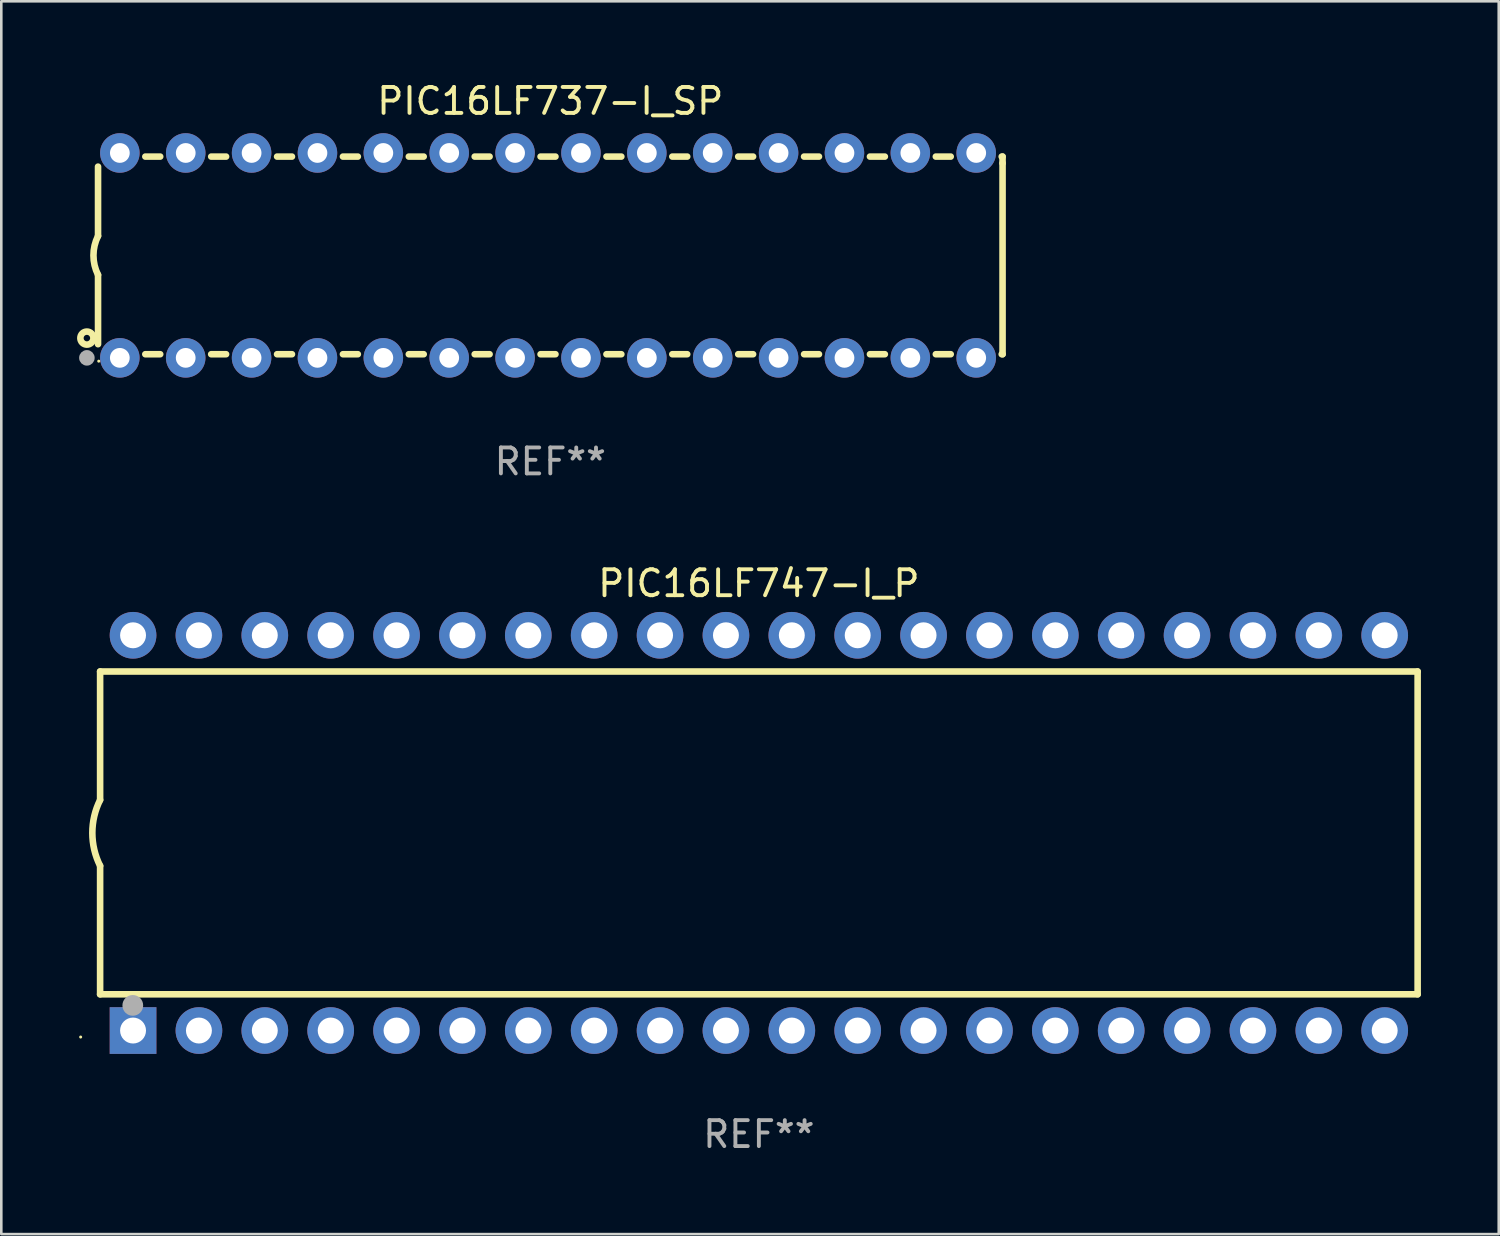
<source format=kicad_pcb>
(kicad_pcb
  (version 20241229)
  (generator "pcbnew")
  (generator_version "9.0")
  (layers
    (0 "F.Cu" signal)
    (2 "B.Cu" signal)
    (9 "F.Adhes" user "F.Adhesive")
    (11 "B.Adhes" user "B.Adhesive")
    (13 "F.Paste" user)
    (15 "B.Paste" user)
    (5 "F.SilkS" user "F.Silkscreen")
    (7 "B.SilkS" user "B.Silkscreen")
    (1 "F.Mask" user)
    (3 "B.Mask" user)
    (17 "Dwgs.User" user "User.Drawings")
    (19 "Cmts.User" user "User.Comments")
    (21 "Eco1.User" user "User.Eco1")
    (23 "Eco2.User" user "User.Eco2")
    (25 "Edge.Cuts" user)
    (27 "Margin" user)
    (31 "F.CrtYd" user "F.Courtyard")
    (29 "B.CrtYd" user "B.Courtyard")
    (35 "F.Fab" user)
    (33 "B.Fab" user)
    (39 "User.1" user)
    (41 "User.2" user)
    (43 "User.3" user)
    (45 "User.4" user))
  (footprint "PIC16LF747-I_P"
    (layer "F.Cu")
    (at 26.21 29.065)
    (property "Reference" "PIC16LF747-I_P" (at 0 -9.62 0) (layer "F.SilkS") (effects (font (size 1 1) (thickness 0.15))))
    (attr through_hole)
    (fp_line (start -25.4 -6.224) (end -25.4 -1.271) (stroke (width 0.254) (type solid)) (layer "F.SilkS"))
    (fp_line (start -25.4 -6.224) (end 25.4 -6.224) (stroke (width 0.254) (type solid)) (layer "F.SilkS"))
    (fp_line (start -25.4 1.269) (end -25.4 6.222) (stroke (width 0.254) (type solid)) (layer "F.SilkS"))
    (fp_line (start -25.4 6.222) (end 25.4 6.222) (stroke (width 0.254) (type solid)) (layer "F.SilkS"))
    (fp_line (start 25.4 6.222) (end 25.4 -6.224) (stroke (width 0.254) (type solid)) (layer "F.SilkS"))
    (fp_arc (start -25.4 1.269241) (mid -25.699807 -0.000762) (end -25.4 -1.270765) (stroke (width 0.254001) (type solid)) (layer "F.SilkS"))
    (fp_circle (center -26.15 7.87) (end -26.12 7.87) (stroke (width 0.06) (type solid)) (fill no) (layer "F.SilkS"))
    (fp_circle (center -24.14 6.65) (end -23.94 6.65) (stroke (width 0.4) (type solid)) (fill no) (layer "F.Fab"))
    (fp_text user "REF**" (at 0 11.62 0) (layer "F.Fab") (effects (font (size 1 1) (thickness 0.15))))
    (pad "1" thru_hole rect (at -24.13 7.62 90) (size 1.8 1.8) (drill 1) (layers "*.Cu" "*.Mask"))
    (pad "2" thru_hole circle (at -21.59 7.62) (size 1.8 1.8) (drill 1) (layers "*.Cu" "*.Mask"))
    (pad "3" thru_hole circle (at -19.05 7.62) (size 1.8 1.8) (drill 1) (layers "*.Cu" "*.Mask"))
    (pad "4" thru_hole circle (at -16.51 7.62) (size 1.8 1.8) (drill 1) (layers "*.Cu" "*.Mask"))
    (pad "5" thru_hole circle (at -13.97 7.62) (size 1.8 1.8) (drill 1) (layers "*.Cu" "*.Mask"))
    (pad "6" thru_hole circle (at -11.43 7.62) (size 1.8 1.8) (drill 1) (layers "*.Cu" "*.Mask"))
    (pad "7" thru_hole circle (at -8.89 7.62) (size 1.8 1.8) (drill 1) (layers "*.Cu" "*.Mask"))
    (pad "8" thru_hole circle (at -6.35 7.62) (size 1.8 1.8) (drill 1) (layers "*.Cu" "*.Mask"))
    (pad "9" thru_hole circle (at -3.81 7.62) (size 1.8 1.8) (drill 1) (layers "*.Cu" "*.Mask"))
    (pad "10" thru_hole circle (at -1.27 7.62) (size 1.8 1.8) (drill 1) (layers "*.Cu" "*.Mask"))
    (pad "11" thru_hole circle (at 1.27 7.62) (size 1.8 1.8) (drill 1) (layers "*.Cu" "*.Mask"))
    (pad "12" thru_hole circle (at 3.81 7.62) (size 1.8 1.8) (drill 1) (layers "*.Cu" "*.Mask"))
    (pad "13" thru_hole circle (at 6.35 7.62) (size 1.8 1.8) (drill 1) (layers "*.Cu" "*.Mask"))
    (pad "14" thru_hole circle (at 8.89 7.62) (size 1.8 1.8) (drill 1) (layers "*.Cu" "*.Mask"))
    (pad "15" thru_hole circle (at 11.43 7.62) (size 1.8 1.8) (drill 1) (layers "*.Cu" "*.Mask"))
    (pad "16" thru_hole circle (at 13.97 7.62) (size 1.8 1.8) (drill 1) (layers "*.Cu" "*.Mask"))
    (pad "17" thru_hole circle (at 16.51 7.62) (size 1.8 1.8) (drill 1) (layers "*.Cu" "*.Mask"))
    (pad "18" thru_hole circle (at 19.05 7.62) (size 1.8 1.8) (drill 1) (layers "*.Cu" "*.Mask"))
    (pad "19" thru_hole circle (at 21.59 7.62) (size 1.8 1.8) (drill 1) (layers "*.Cu" "*.Mask"))
    (pad "20" thru_hole circle (at 24.13 7.62) (size 1.8 1.8) (drill 1) (layers "*.Cu" "*.Mask"))
    (pad "21" thru_hole circle (at 24.13 -7.62) (size 1.8 1.8) (drill 1) (layers "*.Cu" "*.Mask"))
    (pad "22" thru_hole circle (at 21.59 -7.62) (size 1.8 1.8) (drill 1) (layers "*.Cu" "*.Mask"))
    (pad "23" thru_hole circle (at 19.05 -7.62) (size 1.8 1.8) (drill 1) (layers "*.Cu" "*.Mask"))
    (pad "24" thru_hole circle (at 16.51 -7.62) (size 1.8 1.8) (drill 1) (layers "*.Cu" "*.Mask"))
    (pad "25" thru_hole circle (at 13.97 -7.62) (size 1.8 1.8) (drill 1) (layers "*.Cu" "*.Mask"))
    (pad "26" thru_hole circle (at 11.43 -7.62) (size 1.8 1.8) (drill 1) (layers "*.Cu" "*.Mask"))
    (pad "27" thru_hole circle (at 8.89 -7.62) (size 1.8 1.8) (drill 1) (layers "*.Cu" "*.Mask"))
    (pad "28" thru_hole circle (at 6.35 -7.62) (size 1.8 1.8) (drill 1) (layers "*.Cu" "*.Mask"))
    (pad "29" thru_hole circle (at 3.81 -7.62) (size 1.8 1.8) (drill 1) (layers "*.Cu" "*.Mask"))
    (pad "30" thru_hole circle (at 1.27 -7.62) (size 1.8 1.8) (drill 1) (layers "*.Cu" "*.Mask"))
    (pad "31" thru_hole circle (at -1.27 -7.62) (size 1.8 1.8) (drill 1) (layers "*.Cu" "*.Mask"))
    (pad "32" thru_hole circle (at -3.81 -7.62) (size 1.8 1.8) (drill 1) (layers "*.Cu" "*.Mask"))
    (pad "33" thru_hole circle (at -6.35 -7.62) (size 1.8 1.8) (drill 1) (layers "*.Cu" "*.Mask"))
    (pad "34" thru_hole circle (at -8.89 -7.62) (size 1.8 1.8) (drill 1) (layers "*.Cu" "*.Mask"))
    (pad "35" thru_hole circle (at -11.43 -7.62) (size 1.8 1.8) (drill 1) (layers "*.Cu" "*.Mask"))
    (pad "36" thru_hole circle (at -13.97 -7.62) (size 1.8 1.8) (drill 1) (layers "*.Cu" "*.Mask"))
    (pad "37" thru_hole circle (at -16.51 -7.62) (size 1.8 1.8) (drill 1) (layers "*.Cu" "*.Mask"))
    (pad "38" thru_hole circle (at -19.05 -7.62) (size 1.8 1.8) (drill 1) (layers "*.Cu" "*.Mask"))
    (pad "39" thru_hole circle (at -21.59 -7.62) (size 1.8 1.8) (drill 1) (layers "*.Cu" "*.Mask"))
    (pad "40" thru_hole circle (at -24.13 -7.62) (size 1.8 1.8) (drill 1) (layers "*.Cu" "*.Mask")))
  (footprint "PIC16LF737-I_SP"
    (layer "F.Cu")
    (at 18.168 6.798)
    (property "Reference" "PIC16LF737-I_SP" (at 0 -5.95 0) (layer "F.SilkS") (effects (font (size 1 1) (thickness 0.15))))
    (attr through_hole)
    (fp_line (start -17.438 0.75) (end -17.438 3.423) (stroke (width 0.254) (type solid)) (layer "F.SilkS"))
    (fp_line (start -17.438 -3.423) (end -17.438 -0.75) (stroke (width 0.254) (type solid)) (layer "F.SilkS"))
    (fp_line (start -15.615 3.81) (end -15.041 3.81) (stroke (width 0.254) (type solid)) (layer "F.SilkS"))
    (fp_line (start -15.041 -3.81) (end -15.614 -3.81) (stroke (width 0.254) (type solid)) (layer "F.SilkS"))
    (fp_line (start -13.075 3.81) (end -12.501 3.81) (stroke (width 0.254) (type solid)) (layer "F.SilkS"))
    (fp_line (start -12.501 -3.81) (end -13.074 -3.81) (stroke (width 0.254) (type solid)) (layer "F.SilkS"))
    (fp_line (start -10.535 3.81) (end -9.961 3.81) (stroke (width 0.254) (type solid)) (layer "F.SilkS"))
    (fp_line (start -9.961 -3.81) (end -10.534 -3.81) (stroke (width 0.254) (type solid)) (layer "F.SilkS"))
    (fp_line (start -7.995 3.81) (end -7.421 3.81) (stroke (width 0.254) (type solid)) (layer "F.SilkS"))
    (fp_line (start -7.421 -3.81) (end -7.995 -3.81) (stroke (width 0.254) (type solid)) (layer "F.SilkS"))
    (fp_line (start -5.455 3.81) (end -4.881 3.81) (stroke (width 0.254) (type solid)) (layer "F.SilkS"))
    (fp_line (start -4.881 -3.81) (end -5.455 -3.81) (stroke (width 0.254) (type solid)) (layer "F.SilkS"))
    (fp_line (start -2.915 3.81) (end -2.341 3.81) (stroke (width 0.254) (type solid)) (layer "F.SilkS"))
    (fp_line (start -2.341 -3.81) (end -2.915 -3.81) (stroke (width 0.254) (type solid)) (layer "F.SilkS"))
    (fp_line (start -0.375 3.81) (end 0.199 3.81) (stroke (width 0.254) (type solid)) (layer "F.SilkS"))
    (fp_line (start 0.199 -3.81) (end -0.375 -3.81) (stroke (width 0.254) (type solid)) (layer "F.SilkS"))
    (fp_line (start 2.165 3.81) (end 2.739 3.81) (stroke (width 0.254) (type solid)) (layer "F.SilkS"))
    (fp_line (start 2.739 -3.81) (end 2.165 -3.81) (stroke (width 0.254) (type solid)) (layer "F.SilkS"))
    (fp_line (start 4.705 3.81) (end 5.279 3.81) (stroke (width 0.254) (type solid)) (layer "F.SilkS"))
    (fp_line (start 5.279 -3.81) (end 4.705 -3.81) (stroke (width 0.254) (type solid)) (layer "F.SilkS"))
    (fp_line (start 7.245 3.81) (end 7.819 3.81) (stroke (width 0.254) (type solid)) (layer "F.SilkS"))
    (fp_line (start 7.819 -3.81) (end 7.245 -3.81) (stroke (width 0.254) (type solid)) (layer "F.SilkS"))
    (fp_line (start 9.785 3.81) (end 10.359 3.81) (stroke (width 0.254) (type solid)) (layer "F.SilkS"))
    (fp_line (start 10.359 -3.81) (end 9.785 -3.81) (stroke (width 0.254) (type solid)) (layer "F.SilkS"))
    (fp_line (start 12.325 3.81) (end 12.899 3.81) (stroke (width 0.254) (type solid)) (layer "F.SilkS"))
    (fp_line (start 12.899 -3.81) (end 12.325 -3.81) (stroke (width 0.254) (type solid)) (layer "F.SilkS"))
    (fp_line (start 14.865 3.81) (end 15.439 3.81) (stroke (width 0.254) (type solid)) (layer "F.SilkS"))
    (fp_line (start 15.439 -3.81) (end 14.865 -3.81) (stroke (width 0.254) (type solid)) (layer "F.SilkS"))
    (fp_line (start 17.405 3.81) (end 17.438 3.81) (stroke (width 0.254) (type solid)) (layer "F.SilkS"))
    (fp_line (start 17.438 -3.81) (end 17.405 -3.81) (stroke (width 0.254) (type solid)) (layer "F.SilkS"))
    (fp_line (start 17.438 -3.556) (end 17.438 -3.81) (stroke (width 0.254) (type solid)) (layer "F.SilkS"))
    (fp_line (start 17.438 3.81) (end 17.438 -3.556) (stroke (width 0.254) (type solid)) (layer "F.SilkS"))
    (fp_arc (start -17.437986 0.749657) (mid -17.614887 -0.000024) (end -17.437783 -0.749657) (stroke (width 0.254001) (type solid)) (layer "F.SilkS"))
    (fp_circle (center -17.868 3.188) (end -17.743 3.188) (stroke (width 0.254) (type solid)) (fill no) (layer "F.SilkS"))
    (fp_circle (center -17.411 4.077) (end -17.381 4.077) (stroke (width 0.06) (type solid)) (fill no) (layer "F.SilkS"))
    (fp_circle (center -17.868 3.95) (end -17.718 3.95) (stroke (width 0.3) (type solid)) (fill no) (layer "F.Fab"))
    (fp_text user "REF**" (at 0 7.95 0) (layer "F.Fab") (effects (font (size 1 1) (thickness 0.15))))
    (pad "1" thru_hole circle (at -16.598 3.95) (size 1.524 1.524) (drill 0.762) (layers "*.Cu" "*.Mask"))
    (pad "2" thru_hole circle (at -14.058 3.95) (size 1.524 1.524) (drill 0.762) (layers "*.Cu" "*.Mask"))
    (pad "3" thru_hole circle (at -11.518 3.95) (size 1.524 1.524) (drill 0.762) (layers "*.Cu" "*.Mask"))
    (pad "4" thru_hole circle (at -8.978 3.95) (size 1.524 1.524) (drill 0.762) (layers "*.Cu" "*.Mask"))
    (pad "5" thru_hole circle (at -6.438 3.95) (size 1.524 1.524) (drill 0.762) (layers "*.Cu" "*.Mask"))
    (pad "6" thru_hole circle (at -3.898 3.95) (size 1.524 1.524) (drill 0.762) (layers "*.Cu" "*.Mask"))
    (pad "7" thru_hole circle (at -1.358 3.95) (size 1.524 1.524) (drill 0.762) (layers "*.Cu" "*.Mask"))
    (pad "8" thru_hole circle (at 1.182 3.95) (size 1.524 1.524) (drill 0.762) (layers "*.Cu" "*.Mask"))
    (pad "9" thru_hole circle (at 3.722 3.95) (size 1.524 1.524) (drill 0.762) (layers "*.Cu" "*.Mask"))
    (pad "10" thru_hole circle (at 6.262 3.95) (size 1.524 1.524) (drill 0.762) (layers "*.Cu" "*.Mask"))
    (pad "11" thru_hole circle (at 8.802 3.95) (size 1.524 1.524) (drill 0.762) (layers "*.Cu" "*.Mask"))
    (pad "12" thru_hole circle (at 11.342 3.95) (size 1.524 1.524) (drill 0.762) (layers "*.Cu" "*.Mask"))
    (pad "13" thru_hole circle (at 13.882 3.95) (size 1.524 1.524) (drill 0.762) (layers "*.Cu" "*.Mask"))
    (pad "14" thru_hole circle (at 16.422 3.95) (size 1.524 1.524) (drill 0.762) (layers "*.Cu" "*.Mask"))
    (pad "15" thru_hole circle (at 16.422 -3.95) (size 1.524 1.524) (drill 0.762) (layers "*.Cu" "*.Mask"))
    (pad "16" thru_hole circle (at 13.882 -3.95) (size 1.524 1.524) (drill 0.762) (layers "*.Cu" "*.Mask"))
    (pad "17" thru_hole circle (at 11.342 -3.95) (size 1.524 1.524) (drill 0.762) (layers "*.Cu" "*.Mask"))
    (pad "18" thru_hole circle (at 8.802 -3.95) (size 1.524 1.524) (drill 0.762) (layers "*.Cu" "*.Mask"))
    (pad "19" thru_hole circle (at 6.262 -3.95) (size 1.524 1.524) (drill 0.762) (layers "*.Cu" "*.Mask"))
    (pad "20" thru_hole circle (at 3.722 -3.95) (size 1.524 1.524) (drill 0.762) (layers "*.Cu" "*.Mask"))
    (pad "21" thru_hole circle (at 1.182 -3.95) (size 1.524 1.524) (drill 0.762) (layers "*.Cu" "*.Mask"))
    (pad "22" thru_hole circle (at -1.358 -3.95) (size 1.524 1.524) (drill 0.762) (layers "*.Cu" "*.Mask"))
    (pad "23" thru_hole circle (at -3.898 -3.95) (size 1.524 1.524) (drill 0.762) (layers "*.Cu" "*.Mask"))
    (pad "24" thru_hole circle (at -6.438 -3.95) (size 1.524 1.524) (drill 0.762) (layers "*.Cu" "*.Mask"))
    (pad "25" thru_hole circle (at -8.978 -3.95) (size 1.524 1.524) (drill 0.762) (layers "*.Cu" "*.Mask"))
    (pad "26" thru_hole circle (at -11.517 -3.95) (size 1.524 1.524) (drill 0.762) (layers "*.Cu" "*.Mask"))
    (pad "27" thru_hole circle (at -14.057 -3.95) (size 1.524 1.524) (drill 0.762) (layers "*.Cu" "*.Mask"))
    (pad "28" thru_hole circle (at -16.597 -3.95) (size 1.524 1.524) (drill 0.762) (layers "*.Cu" "*.Mask")))
  (gr_rect
    (start -3 -3)
    (end 54.737 44.533)
    (stroke (width 0.1) (type default))
    (fill no)
    (layer "Edge.Cuts")))
</source>
